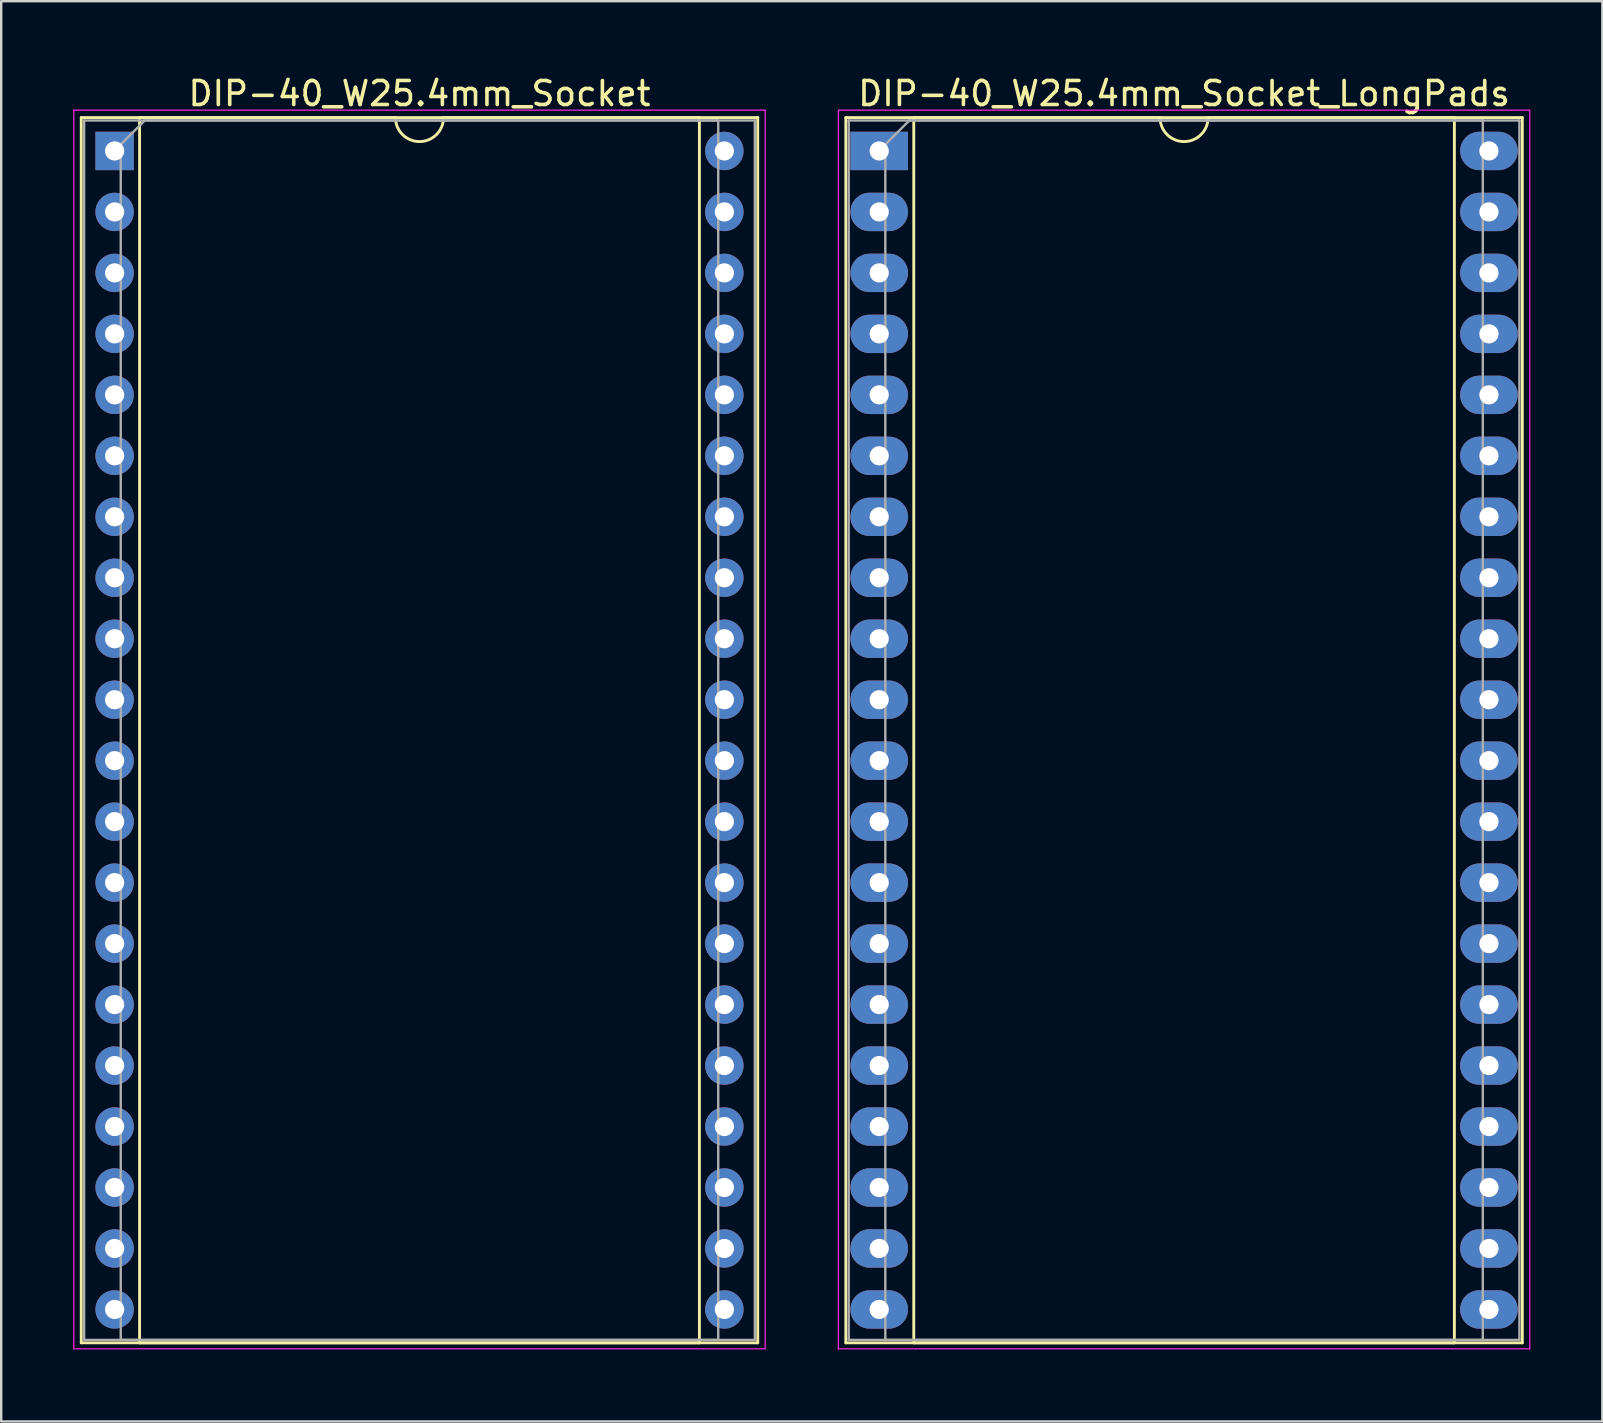
<source format=kicad_pcb>
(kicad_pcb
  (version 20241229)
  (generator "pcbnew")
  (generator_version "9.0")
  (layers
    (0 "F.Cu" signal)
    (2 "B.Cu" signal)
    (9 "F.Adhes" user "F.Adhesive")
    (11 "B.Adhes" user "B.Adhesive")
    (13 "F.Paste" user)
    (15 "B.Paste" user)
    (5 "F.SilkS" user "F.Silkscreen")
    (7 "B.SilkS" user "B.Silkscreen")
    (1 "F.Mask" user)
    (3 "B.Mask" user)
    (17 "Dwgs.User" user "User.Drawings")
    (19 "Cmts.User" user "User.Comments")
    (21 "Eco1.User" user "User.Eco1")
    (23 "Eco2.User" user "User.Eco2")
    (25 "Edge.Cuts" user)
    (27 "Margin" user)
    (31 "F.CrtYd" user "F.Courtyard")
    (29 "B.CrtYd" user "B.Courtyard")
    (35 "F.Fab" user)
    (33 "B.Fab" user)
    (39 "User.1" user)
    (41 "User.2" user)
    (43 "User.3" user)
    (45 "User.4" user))
  (footprint "DIP-40_W25.4mm_Socket_LongPads"
    (layer "F.Cu")
    (at 33.575 3.238)
    (property "Reference" "DIP-40_W25.4mm_Socket_LongPads" (at 12.7 -2.39 0) (layer "F.SilkS") (effects (font (size 1 1) (thickness 0.15))))
    (attr through_hole)
    (fp_line (start -1.39 -1.39) (end -1.39 49.65) (stroke (width 0.12) (type solid)) (layer "F.SilkS"))
    (fp_line (start -1.39 49.65) (end 26.79 49.65) (stroke (width 0.12) (type solid)) (layer "F.SilkS"))
    (fp_line (start 1.44 -1.39) (end 1.44 49.65) (stroke (width 0.12) (type solid)) (layer "F.SilkS"))
    (fp_line (start 1.44 49.65) (end 23.96 49.65) (stroke (width 0.12) (type solid)) (layer "F.SilkS"))
    (fp_line (start 11.7 -1.39) (end 1.44 -1.39) (stroke (width 0.12) (type solid)) (layer "F.SilkS"))
    (fp_line (start 23.96 -1.39) (end 13.7 -1.39) (stroke (width 0.12) (type solid)) (layer "F.SilkS"))
    (fp_line (start 23.96 49.65) (end 23.96 -1.39) (stroke (width 0.12) (type solid)) (layer "F.SilkS"))
    (fp_line (start 26.79 -1.39) (end -1.39 -1.39) (stroke (width 0.12) (type solid)) (layer "F.SilkS"))
    (fp_line (start 26.79 49.65) (end 26.79 -1.39) (stroke (width 0.12) (type solid)) (layer "F.SilkS"))
    (fp_arc (start 13.7 -1.39) (mid 12.7 -0.39) (end 11.7 -1.39) (stroke (width 0.12) (type solid)) (layer "F.SilkS"))
    (fp_line (start -1.7 -1.7) (end -1.7 49.9) (stroke (width 0.05) (type solid)) (layer "F.CrtYd"))
    (fp_line (start -1.7 49.9) (end 27.1 49.9) (stroke (width 0.05) (type solid)) (layer "F.CrtYd"))
    (fp_line (start 27.1 -1.7) (end -1.7 -1.7) (stroke (width 0.05) (type solid)) (layer "F.CrtYd"))
    (fp_line (start 27.1 49.9) (end 27.1 -1.7) (stroke (width 0.05) (type solid)) (layer "F.CrtYd"))
    (fp_line (start -1.27 -1.27) (end -1.27 49.53) (stroke (width 0.1) (type solid)) (layer "F.Fab"))
    (fp_line (start -1.27 49.53) (end 26.67 49.53) (stroke (width 0.1) (type solid)) (layer "F.Fab"))
    (fp_line (start 0.255 -0.27) (end 1.255 -1.27) (stroke (width 0.1) (type solid)) (layer "F.Fab"))
    (fp_line (start 0.255 49.53) (end 0.255 -0.27) (stroke (width 0.1) (type solid)) (layer "F.Fab"))
    (fp_line (start 1.255 -1.27) (end 25.145 -1.27) (stroke (width 0.1) (type solid)) (layer "F.Fab"))
    (fp_line (start 25.145 -1.27) (end 25.145 49.53) (stroke (width 0.1) (type solid)) (layer "F.Fab"))
    (fp_line (start 25.145 49.53) (end 0.255 49.53) (stroke (width 0.1) (type solid)) (layer "F.Fab"))
    (fp_line (start 26.67 -1.27) (end -1.27 -1.27) (stroke (width 0.1) (type solid)) (layer "F.Fab"))
    (fp_line (start 26.67 49.53) (end 26.67 -1.27) (stroke (width 0.1) (type solid)) (layer "F.Fab"))
    (pad "1" thru_hole rect (at 0 0) (size 2.4 1.6) (drill 0.8) (layers "*.Cu" "*.Mask"))
    (pad "2" thru_hole oval (at 0 2.54) (size 2.4 1.6) (drill 0.8) (layers "*.Cu" "*.Mask"))
    (pad "3" thru_hole oval (at 0 5.08) (size 2.4 1.6) (drill 0.8) (layers "*.Cu" "*.Mask"))
    (pad "4" thru_hole oval (at 0 7.62) (size 2.4 1.6) (drill 0.8) (layers "*.Cu" "*.Mask"))
    (pad "5" thru_hole oval (at 0 10.16) (size 2.4 1.6) (drill 0.8) (layers "*.Cu" "*.Mask"))
    (pad "6" thru_hole oval (at 0 12.7) (size 2.4 1.6) (drill 0.8) (layers "*.Cu" "*.Mask"))
    (pad "7" thru_hole oval (at 0 15.24) (size 2.4 1.6) (drill 0.8) (layers "*.Cu" "*.Mask"))
    (pad "8" thru_hole oval (at 0 17.78) (size 2.4 1.6) (drill 0.8) (layers "*.Cu" "*.Mask"))
    (pad "9" thru_hole oval (at 0 20.32) (size 2.4 1.6) (drill 0.8) (layers "*.Cu" "*.Mask"))
    (pad "10" thru_hole oval (at 0 22.86) (size 2.4 1.6) (drill 0.8) (layers "*.Cu" "*.Mask"))
    (pad "11" thru_hole oval (at 0 25.4) (size 2.4 1.6) (drill 0.8) (layers "*.Cu" "*.Mask"))
    (pad "12" thru_hole oval (at 0 27.94) (size 2.4 1.6) (drill 0.8) (layers "*.Cu" "*.Mask"))
    (pad "13" thru_hole oval (at 0 30.48) (size 2.4 1.6) (drill 0.8) (layers "*.Cu" "*.Mask"))
    (pad "14" thru_hole oval (at 0 33.02) (size 2.4 1.6) (drill 0.8) (layers "*.Cu" "*.Mask"))
    (pad "15" thru_hole oval (at 0 35.56) (size 2.4 1.6) (drill 0.8) (layers "*.Cu" "*.Mask"))
    (pad "16" thru_hole oval (at 0 38.1) (size 2.4 1.6) (drill 0.8) (layers "*.Cu" "*.Mask"))
    (pad "17" thru_hole oval (at 0 40.64) (size 2.4 1.6) (drill 0.8) (layers "*.Cu" "*.Mask"))
    (pad "18" thru_hole oval (at 0 43.18) (size 2.4 1.6) (drill 0.8) (layers "*.Cu" "*.Mask"))
    (pad "19" thru_hole oval (at 0 45.72) (size 2.4 1.6) (drill 0.8) (layers "*.Cu" "*.Mask"))
    (pad "20" thru_hole oval (at 0 48.26) (size 2.4 1.6) (drill 0.8) (layers "*.Cu" "*.Mask"))
    (pad "21" thru_hole oval (at 25.4 48.26) (size 2.4 1.6) (drill 0.8) (layers "*.Cu" "*.Mask"))
    (pad "22" thru_hole oval (at 25.4 45.72) (size 2.4 1.6) (drill 0.8) (layers "*.Cu" "*.Mask"))
    (pad "23" thru_hole oval (at 25.4 43.18) (size 2.4 1.6) (drill 0.8) (layers "*.Cu" "*.Mask"))
    (pad "24" thru_hole oval (at 25.4 40.64) (size 2.4 1.6) (drill 0.8) (layers "*.Cu" "*.Mask"))
    (pad "25" thru_hole oval (at 25.4 38.1) (size 2.4 1.6) (drill 0.8) (layers "*.Cu" "*.Mask"))
    (pad "26" thru_hole oval (at 25.4 35.56) (size 2.4 1.6) (drill 0.8) (layers "*.Cu" "*.Mask"))
    (pad "27" thru_hole oval (at 25.4 33.02) (size 2.4 1.6) (drill 0.8) (layers "*.Cu" "*.Mask"))
    (pad "28" thru_hole oval (at 25.4 30.48) (size 2.4 1.6) (drill 0.8) (layers "*.Cu" "*.Mask"))
    (pad "29" thru_hole oval (at 25.4 27.94) (size 2.4 1.6) (drill 0.8) (layers "*.Cu" "*.Mask"))
    (pad "30" thru_hole oval (at 25.4 25.4) (size 2.4 1.6) (drill 0.8) (layers "*.Cu" "*.Mask"))
    (pad "31" thru_hole oval (at 25.4 22.86) (size 2.4 1.6) (drill 0.8) (layers "*.Cu" "*.Mask"))
    (pad "32" thru_hole oval (at 25.4 20.32) (size 2.4 1.6) (drill 0.8) (layers "*.Cu" "*.Mask"))
    (pad "33" thru_hole oval (at 25.4 17.78) (size 2.4 1.6) (drill 0.8) (layers "*.Cu" "*.Mask"))
    (pad "34" thru_hole oval (at 25.4 15.24) (size 2.4 1.6) (drill 0.8) (layers "*.Cu" "*.Mask"))
    (pad "35" thru_hole oval (at 25.4 12.7) (size 2.4 1.6) (drill 0.8) (layers "*.Cu" "*.Mask"))
    (pad "36" thru_hole oval (at 25.4 10.16) (size 2.4 1.6) (drill 0.8) (layers "*.Cu" "*.Mask"))
    (pad "37" thru_hole oval (at 25.4 7.62) (size 2.4 1.6) (drill 0.8) (layers "*.Cu" "*.Mask"))
    (pad "38" thru_hole oval (at 25.4 5.08) (size 2.4 1.6) (drill 0.8) (layers "*.Cu" "*.Mask"))
    (pad "39" thru_hole oval (at 25.4 2.54) (size 2.4 1.6) (drill 0.8) (layers "*.Cu" "*.Mask"))
    (pad "40" thru_hole oval (at 25.4 0) (size 2.4 1.6) (drill 0.8) (layers "*.Cu" "*.Mask")))
  (footprint "DIP-40_W25.4mm_Socket"
    (layer "F.Cu")
    (at 1.725 3.238)
    (property "Reference" "DIP-40_W25.4mm_Socket" (at 12.7 -2.39 0) (layer "F.SilkS") (effects (font (size 1 1) (thickness 0.15))))
    (attr through_hole)
    (fp_line (start -1.39 -1.39) (end -1.39 49.65) (stroke (width 0.12) (type solid)) (layer "F.SilkS"))
    (fp_line (start -1.39 49.65) (end 26.79 49.65) (stroke (width 0.12) (type solid)) (layer "F.SilkS"))
    (fp_line (start 1.04 -1.39) (end 1.04 49.65) (stroke (width 0.12) (type solid)) (layer "F.SilkS"))
    (fp_line (start 1.04 49.65) (end 24.36 49.65) (stroke (width 0.12) (type solid)) (layer "F.SilkS"))
    (fp_line (start 11.7 -1.39) (end 1.04 -1.39) (stroke (width 0.12) (type solid)) (layer "F.SilkS"))
    (fp_line (start 24.36 -1.39) (end 13.7 -1.39) (stroke (width 0.12) (type solid)) (layer "F.SilkS"))
    (fp_line (start 24.36 49.65) (end 24.36 -1.39) (stroke (width 0.12) (type solid)) (layer "F.SilkS"))
    (fp_line (start 26.79 -1.39) (end -1.39 -1.39) (stroke (width 0.12) (type solid)) (layer "F.SilkS"))
    (fp_line (start 26.79 49.65) (end 26.79 -1.39) (stroke (width 0.12) (type solid)) (layer "F.SilkS"))
    (fp_arc (start 13.7 -1.39) (mid 12.7 -0.39) (end 11.7 -1.39) (stroke (width 0.12) (type solid)) (layer "F.SilkS"))
    (fp_line (start -1.7 -1.7) (end -1.7 49.9) (stroke (width 0.05) (type solid)) (layer "F.CrtYd"))
    (fp_line (start -1.7 49.9) (end 27.1 49.9) (stroke (width 0.05) (type solid)) (layer "F.CrtYd"))
    (fp_line (start 27.1 -1.7) (end -1.7 -1.7) (stroke (width 0.05) (type solid)) (layer "F.CrtYd"))
    (fp_line (start 27.1 49.9) (end 27.1 -1.7) (stroke (width 0.05) (type solid)) (layer "F.CrtYd"))
    (fp_line (start -1.27 -1.27) (end -1.27 49.53) (stroke (width 0.1) (type solid)) (layer "F.Fab"))
    (fp_line (start -1.27 49.53) (end 26.67 49.53) (stroke (width 0.1) (type solid)) (layer "F.Fab"))
    (fp_line (start 0.255 -0.27) (end 1.255 -1.27) (stroke (width 0.1) (type solid)) (layer "F.Fab"))
    (fp_line (start 0.255 49.53) (end 0.255 -0.27) (stroke (width 0.1) (type solid)) (layer "F.Fab"))
    (fp_line (start 1.255 -1.27) (end 25.145 -1.27) (stroke (width 0.1) (type solid)) (layer "F.Fab"))
    (fp_line (start 25.145 -1.27) (end 25.145 49.53) (stroke (width 0.1) (type solid)) (layer "F.Fab"))
    (fp_line (start 25.145 49.53) (end 0.255 49.53) (stroke (width 0.1) (type solid)) (layer "F.Fab"))
    (fp_line (start 26.67 -1.27) (end -1.27 -1.27) (stroke (width 0.1) (type solid)) (layer "F.Fab"))
    (fp_line (start 26.67 49.53) (end 26.67 -1.27) (stroke (width 0.1) (type solid)) (layer "F.Fab"))
    (pad "1" thru_hole rect (at 0 0) (size 1.6 1.6) (drill 0.8) (layers "*.Cu" "*.Mask"))
    (pad "2" thru_hole oval (at 0 2.54) (size 1.6 1.6) (drill 0.8) (layers "*.Cu" "*.Mask"))
    (pad "3" thru_hole oval (at 0 5.08) (size 1.6 1.6) (drill 0.8) (layers "*.Cu" "*.Mask"))
    (pad "4" thru_hole oval (at 0 7.62) (size 1.6 1.6) (drill 0.8) (layers "*.Cu" "*.Mask"))
    (pad "5" thru_hole oval (at 0 10.16) (size 1.6 1.6) (drill 0.8) (layers "*.Cu" "*.Mask"))
    (pad "6" thru_hole oval (at 0 12.7) (size 1.6 1.6) (drill 0.8) (layers "*.Cu" "*.Mask"))
    (pad "7" thru_hole oval (at 0 15.24) (size 1.6 1.6) (drill 0.8) (layers "*.Cu" "*.Mask"))
    (pad "8" thru_hole oval (at 0 17.78) (size 1.6 1.6) (drill 0.8) (layers "*.Cu" "*.Mask"))
    (pad "9" thru_hole oval (at 0 20.32) (size 1.6 1.6) (drill 0.8) (layers "*.Cu" "*.Mask"))
    (pad "10" thru_hole oval (at 0 22.86) (size 1.6 1.6) (drill 0.8) (layers "*.Cu" "*.Mask"))
    (pad "11" thru_hole oval (at 0 25.4) (size 1.6 1.6) (drill 0.8) (layers "*.Cu" "*.Mask"))
    (pad "12" thru_hole oval (at 0 27.94) (size 1.6 1.6) (drill 0.8) (layers "*.Cu" "*.Mask"))
    (pad "13" thru_hole oval (at 0 30.48) (size 1.6 1.6) (drill 0.8) (layers "*.Cu" "*.Mask"))
    (pad "14" thru_hole oval (at 0 33.02) (size 1.6 1.6) (drill 0.8) (layers "*.Cu" "*.Mask"))
    (pad "15" thru_hole oval (at 0 35.56) (size 1.6 1.6) (drill 0.8) (layers "*.Cu" "*.Mask"))
    (pad "16" thru_hole oval (at 0 38.1) (size 1.6 1.6) (drill 0.8) (layers "*.Cu" "*.Mask"))
    (pad "17" thru_hole oval (at 0 40.64) (size 1.6 1.6) (drill 0.8) (layers "*.Cu" "*.Mask"))
    (pad "18" thru_hole oval (at 0 43.18) (size 1.6 1.6) (drill 0.8) (layers "*.Cu" "*.Mask"))
    (pad "19" thru_hole oval (at 0 45.72) (size 1.6 1.6) (drill 0.8) (layers "*.Cu" "*.Mask"))
    (pad "20" thru_hole oval (at 0 48.26) (size 1.6 1.6) (drill 0.8) (layers "*.Cu" "*.Mask"))
    (pad "21" thru_hole oval (at 25.4 48.26) (size 1.6 1.6) (drill 0.8) (layers "*.Cu" "*.Mask"))
    (pad "22" thru_hole oval (at 25.4 45.72) (size 1.6 1.6) (drill 0.8) (layers "*.Cu" "*.Mask"))
    (pad "23" thru_hole oval (at 25.4 43.18) (size 1.6 1.6) (drill 0.8) (layers "*.Cu" "*.Mask"))
    (pad "24" thru_hole oval (at 25.4 40.64) (size 1.6 1.6) (drill 0.8) (layers "*.Cu" "*.Mask"))
    (pad "25" thru_hole oval (at 25.4 38.1) (size 1.6 1.6) (drill 0.8) (layers "*.Cu" "*.Mask"))
    (pad "26" thru_hole oval (at 25.4 35.56) (size 1.6 1.6) (drill 0.8) (layers "*.Cu" "*.Mask"))
    (pad "27" thru_hole oval (at 25.4 33.02) (size 1.6 1.6) (drill 0.8) (layers "*.Cu" "*.Mask"))
    (pad "28" thru_hole oval (at 25.4 30.48) (size 1.6 1.6) (drill 0.8) (layers "*.Cu" "*.Mask"))
    (pad "29" thru_hole oval (at 25.4 27.94) (size 1.6 1.6) (drill 0.8) (layers "*.Cu" "*.Mask"))
    (pad "30" thru_hole oval (at 25.4 25.4) (size 1.6 1.6) (drill 0.8) (layers "*.Cu" "*.Mask"))
    (pad "31" thru_hole oval (at 25.4 22.86) (size 1.6 1.6) (drill 0.8) (layers "*.Cu" "*.Mask"))
    (pad "32" thru_hole oval (at 25.4 20.32) (size 1.6 1.6) (drill 0.8) (layers "*.Cu" "*.Mask"))
    (pad "33" thru_hole oval (at 25.4 17.78) (size 1.6 1.6) (drill 0.8) (layers "*.Cu" "*.Mask"))
    (pad "34" thru_hole oval (at 25.4 15.24) (size 1.6 1.6) (drill 0.8) (layers "*.Cu" "*.Mask"))
    (pad "35" thru_hole oval (at 25.4 12.7) (size 1.6 1.6) (drill 0.8) (layers "*.Cu" "*.Mask"))
    (pad "36" thru_hole oval (at 25.4 10.16) (size 1.6 1.6) (drill 0.8) (layers "*.Cu" "*.Mask"))
    (pad "37" thru_hole oval (at 25.4 7.62) (size 1.6 1.6) (drill 0.8) (layers "*.Cu" "*.Mask"))
    (pad "38" thru_hole oval (at 25.4 5.08) (size 1.6 1.6) (drill 0.8) (layers "*.Cu" "*.Mask"))
    (pad "39" thru_hole oval (at 25.4 2.54) (size 1.6 1.6) (drill 0.8) (layers "*.Cu" "*.Mask"))
    (pad "40" thru_hole oval (at 25.4 0) (size 1.6 1.6) (drill 0.8) (layers "*.Cu" "*.Mask")))
  (gr_rect
    (start -3 -3)
    (end 63.7 56.163)
    (stroke (width 0.1) (type default))
    (fill no)
    (layer "Edge.Cuts")))
</source>
